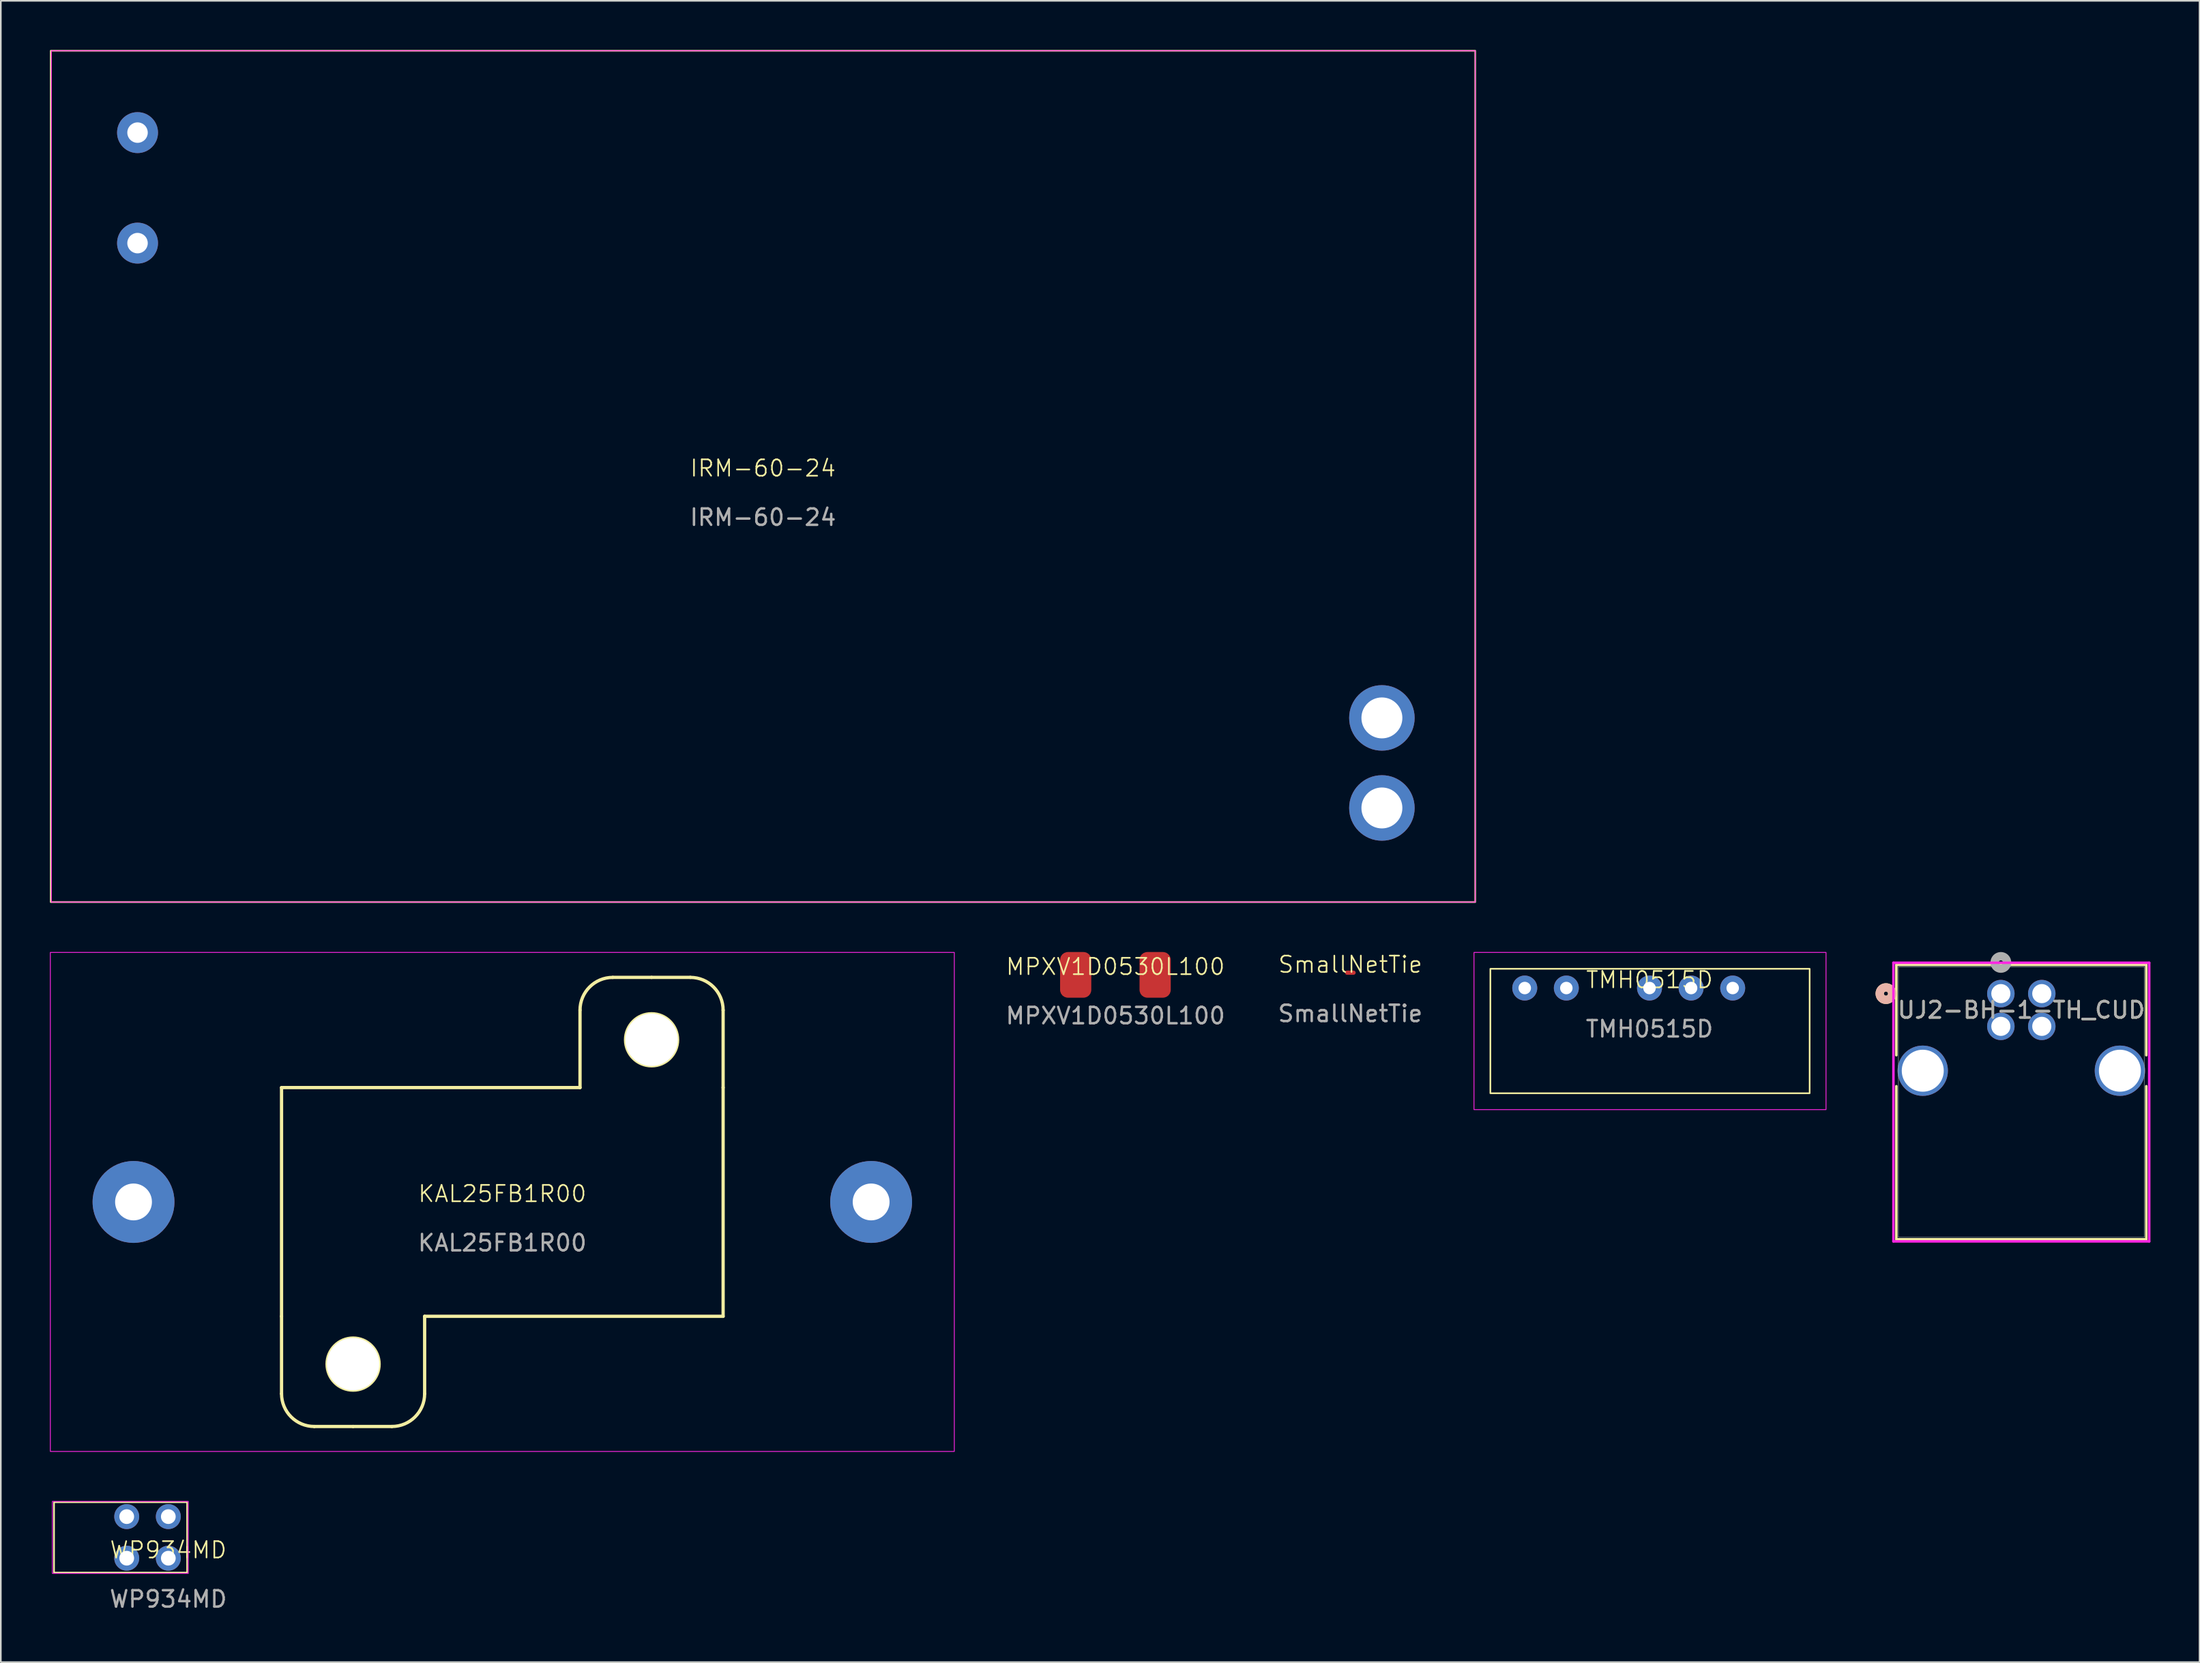
<source format=kicad_pcb>
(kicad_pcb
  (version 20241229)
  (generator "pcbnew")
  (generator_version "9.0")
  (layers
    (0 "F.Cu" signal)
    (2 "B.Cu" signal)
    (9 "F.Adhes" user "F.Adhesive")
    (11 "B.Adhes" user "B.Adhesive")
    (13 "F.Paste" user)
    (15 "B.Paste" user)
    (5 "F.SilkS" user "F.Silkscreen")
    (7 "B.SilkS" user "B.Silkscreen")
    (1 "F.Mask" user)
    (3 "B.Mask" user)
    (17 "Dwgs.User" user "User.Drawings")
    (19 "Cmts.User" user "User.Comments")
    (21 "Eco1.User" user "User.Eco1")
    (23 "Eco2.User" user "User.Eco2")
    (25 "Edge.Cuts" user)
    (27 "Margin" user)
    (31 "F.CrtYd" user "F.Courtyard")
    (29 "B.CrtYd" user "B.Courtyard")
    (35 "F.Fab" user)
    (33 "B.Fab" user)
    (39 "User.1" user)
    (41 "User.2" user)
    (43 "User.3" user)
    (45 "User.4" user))
  (footprint "MPXV1D0530L100"
    (layer "F.Cu")
    (at 65.075 56.495)
    (property "Reference" "MPXV1D0530L100" (at 0 -0.5 0) (unlocked yes) (layer "F.SilkS") (effects (font (size 1 1) (thickness 0.1))))
    (attr smd)
    (fp_text user "${REFERENCE}" (at 0 2.5 0) (unlocked yes) (layer "F.Fab") (effects (font (size 1 1) (thickness 0.15))))
    (pad "1" smd roundrect (at -2.427 0) (size 1.905 2.79) (layers "F.Cu" "F.Mask" "F.Paste") (roundrect_rratio 0.25))
    (pad "2" smd roundrect (at 2.425 0) (size 1.905 2.79) (layers "F.Cu" "F.Mask" "F.Paste") (roundrect_rratio 0.25)))
  (footprint "TMH0515D"
    (layer "F.Cu")
    (at 97.695 57.3)
    (property "Reference" "TMH0515D" (at 0 -0.5 0) (unlocked yes) (layer "F.SilkS") (effects (font (size 1 1) (thickness 0.1))))
    (attr through_hole)
    (fp_rect (start -9.72 -1.175) (end 9.78 6.425) (stroke (width 0.1) (type default)) (fill no) (layer "F.SilkS"))
    (fp_rect (start -10.72 -2.175) (end 10.78 7.425) (stroke (width 0.05) (type default)) (fill no) (layer "F.CrtYd"))
    (fp_text user "${REFERENCE}" (at 0 2.5 0) (unlocked yes) (layer "F.Fab") (effects (font (size 1 1) (thickness 0.15))))
    (pad "1" thru_hole circle (at -7.62 0) (size 1.524 1.524) (drill 0.762) (layers "*.Cu" "*.Mask"))
    (pad "2" thru_hole circle (at -5.08 0) (size 1.524 1.524) (drill 0.762) (layers "*.Cu" "*.Mask"))
    (pad "4" thru_hole circle (at 0 0) (size 1.524 1.524) (drill 0.762) (layers "*.Cu" "*.Mask"))
    (pad "5" thru_hole circle (at 2.54 0) (size 1.524 1.524) (drill 0.762) (layers "*.Cu" "*.Mask"))
    (pad "6" thru_hole circle (at 5.08 0) (size 1.524 1.524) (drill 0.762) (layers "*.Cu" "*.Mask")))
  (footprint "WP934MD"
    (layer "F.Cu")
    (at 0.25 90.855)
    (property "Reference" "WP934MD" (at 6.98 0.77 0) (unlocked yes) (layer "F.SilkS") (effects (font (size 1 1) (thickness 0.1))))
    (attr through_hole)
    (fp_rect (start 0 -2.15) (end 8.13 2.15) (stroke (width 0.1) (type default)) (fill no) (layer "F.SilkS"))
    (fp_rect (start -0.1 -2.2) (end 8.2 2.2) (stroke (width 0.05) (type default)) (fill no) (layer "F.CrtYd"))
    (fp_text user "${REFERENCE}" (at 6.98 3.77 0) (unlocked yes) (layer "F.Fab") (effects (font (size 1 1) (thickness 0.15))))
    (pad "1" thru_hole circle (at 6.98 1.27) (size 1.524 1.524) (drill 0.9) (layers "*.Cu" "*.Mask"))
    (pad "2" thru_hole circle (at 6.98 -1.27) (size 1.524 1.524) (drill 0.9) (layers "*.Cu" "*.Mask"))
    (pad "3" thru_hole circle (at 4.44 1.27) (size 1.524 1.524) (drill 0.9) (layers "*.Cu" "*.Mask"))
    (pad "4" thru_hole circle (at 4.44 -1.27) (size 1.524 1.524) (drill 0.9) (layers "*.Cu" "*.Mask")))
  (footprint "SmallNetTie"
    (layer "F.Cu")
    (at 79.421 56.361)
    (property "Reference" "SmallNetTie" (at 0 -0.5 0) (unlocked yes) (layer "F.SilkS") (effects (font (size 1 1) (thickness 0.1))))
    (attr through_hole)
    (fp_poly (pts (xy -0.2 -0.127) (xy 0.2 -0.127) (xy 0.2 0.127) (xy -0.2 0.127)) (stroke (width 0) (type solid)) (fill yes) (layer "F.Cu"))
    (fp_text user "${REFERENCE}" (at 0 2.5 0) (unlocked yes) (layer "F.Fab") (effects (font (size 1 1) (thickness 0.15))))
    (pad "1" smd circle (at -0.2 0) (size 0.254 0.254) (layers "F.Cu"))
    (pad "2" smd circle (at 0.2 0) (size 0.254 0.254) (layers "F.Cu")))
  (footprint "IRM-60-24"
    (layer "F.Cu")
    (at 43.55 26.05)
    (property "Reference" "IRM-60-24" (at 0 -0.5 0) (unlocked yes) (layer "F.SilkS") (effects (font (size 1 1) (thickness 0.1))))
    (attr through_hole)
    (fp_rect (start -43.5 -26) (end 43.5 26) (stroke (width 0.1) (type default)) (fill no) (layer "F.SilkS"))
    (fp_rect (start -43.46 -26) (end 43.5 26) (stroke (width 0.05) (type default)) (fill no) (layer "F.CrtYd"))
    (fp_text user "${REFERENCE}" (at 0 2.5 0) (unlocked yes) (layer "F.Fab") (effects (font (size 1 1) (thickness 0.15))))
    (pad "1" thru_hole circle (at -38.2 -21) (size 2.5 2.5) (drill 1.25) (layers "*.Cu" "*.Mask"))
    (pad "2" thru_hole circle (at -38.2 -14.25) (size 2.5 2.5) (drill 1.25) (layers "*.Cu" "*.Mask"))
    (pad "3" thru_hole circle (at 37.8 20.25) (size 4 4) (drill 2.5) (layers "*.Cu" "*.Mask"))
    (pad "4" thru_hole circle (at 37.8 14.75) (size 4 4) (drill 2.5) (layers "*.Cu" "*.Mask")))
  (footprint "KAL25FB1R00"
    (layer "F.Cu")
    (at 5.105 70.365)
    (property "Reference" "KAL25FB1R00" (at 22.525 -0.5 0) (unlocked yes) (layer "F.SilkS") (effects (font (size 1 1) (thickness 0.1))))
    (attr through_hole)
    (fp_line (start 9.04 -6.985) (end 9.04 6.985) (stroke (width 0.2) (type solid)) (layer "F.SilkS"))
    (fp_line (start 9.04 6.985) (end 9.04 11.715) (stroke (width 0.2) (type solid)) (layer "F.SilkS"))
    (fp_line (start 11.04 13.715) (end 13.41 13.715) (stroke (width 0.2) (type solid)) (layer "F.SilkS"))
    (fp_line (start 13.41 13.715) (end 15.78 13.715) (stroke (width 0.2) (type solid)) (layer "F.SilkS"))
    (fp_line (start 17.78 6.985) (end 36.01 6.985) (stroke (width 0.2) (type solid)) (layer "F.SilkS"))
    (fp_line (start 17.78 11.715) (end 17.78 6.985) (stroke (width 0.2) (type solid)) (layer "F.SilkS"))
    (fp_line (start 27.27 -11.715) (end 27.27 -6.985) (stroke (width 0.2) (type solid)) (layer "F.SilkS"))
    (fp_line (start 27.27 -6.985) (end 9.04 -6.985) (stroke (width 0.2) (type solid)) (layer "F.SilkS"))
    (fp_line (start 31.64 -13.715) (end 29.27 -13.715) (stroke (width 0.2) (type solid)) (layer "F.SilkS"))
    (fp_line (start 34.01 -13.715) (end 31.64 -13.715) (stroke (width 0.2) (type solid)) (layer "F.SilkS"))
    (fp_line (start 36.01 -6.985) (end 36.01 -11.715) (stroke (width 0.2) (type solid)) (layer "F.SilkS"))
    (fp_line (start 36.01 6.985) (end 36.01 -6.985) (stroke (width 0.2) (type solid)) (layer "F.SilkS"))
    (fp_arc (start 11.04 13.715) (mid 9.625786 13.129214) (end 9.04 11.715) (stroke (width 0.2) (type solid)) (layer "F.SilkS"))
    (fp_arc (start 17.78 11.715) (mid 17.194214 13.129214) (end 15.78 13.715) (stroke (width 0.2) (type solid)) (layer "F.SilkS"))
    (fp_arc (start 27.27 -11.715) (mid 27.855786 -13.129214) (end 29.27 -13.715) (stroke (width 0.2) (type solid)) (layer "F.SilkS"))
    (fp_arc (start 34.01 -13.715) (mid 35.424214 -13.129214) (end 36.01 -11.715) (stroke (width 0.2) (type solid)) (layer "F.SilkS"))
    (fp_circle (center 13.41 9.905) (end 15 9.905) (stroke (width 0.2) (type solid)) (fill no) (layer "F.SilkS"))
    (fp_circle (center 31.64 -9.905) (end 33.23 -9.905) (stroke (width 0.2) (type solid)) (fill no) (layer "F.SilkS"))
    (fp_rect (start -5.08 -15.24) (end 50.13 15.24) (stroke (width 0.05) (type default)) (fill no) (layer "F.CrtYd"))
    (fp_text user "${REFERENCE}" (at 22.525 2.5 0) (unlocked yes) (layer "F.Fab") (effects (font (size 1 1) (thickness 0.15))))
    (pad "" np_thru_hole circle (at 13.41 9.905) (size 3.2 3.2) (drill 3.2) (layers "*.Cu" "*.Mask"))
    (pad "" np_thru_hole circle (at 31.64 -9.905) (size 3.2 3.2) (drill 3.2) (layers "*.Cu" "*.Mask"))
    (pad "1" thru_hole circle (at 45.05 0) (size 5 5) (drill 2.25) (layers "*.Cu" "*.Mask"))
    (pad "2" thru_hole circle (at 0 0) (size 5 5) (drill 2.25) (layers "*.Cu" "*.Mask")))
  (footprint "UJ2-BH-1-TH_CUD"
    (layer "F.Cu")
    (at 119.153 57.64)
    (property "Reference" "UJ2-BH-1-TH_CUD" (at 1.25 1 0) (unlocked yes) (layer "F.SilkS") (effects (font (size 1 1) (thickness 0.15))))
    (attr through_hole)
    (fp_line (start -6.383 -1.757) (end -6.383 3.764) (stroke (width 0.152) (type solid)) (layer "F.SilkS"))
    (fp_line (start -6.383 5.655) (end -6.383 15.007) (stroke (width 0.152) (type solid)) (layer "F.SilkS"))
    (fp_line (start -6.383 15.007) (end 8.883 15.007) (stroke (width 0.152) (type solid)) (layer "F.SilkS"))
    (fp_line (start 8.883 -1.757) (end -6.383 -1.757) (stroke (width 0.152) (type solid)) (layer "F.SilkS"))
    (fp_line (start 8.883 3.764) (end 8.883 -1.757) (stroke (width 0.152) (type solid)) (layer "F.SilkS"))
    (fp_line (start 8.883 15.007) (end 8.883 5.655) (stroke (width 0.152) (type solid)) (layer "F.SilkS"))
    (fp_circle (center -7.018 0) (end -6.637 0) (stroke (width 0.508) (type solid)) (fill no) (layer "F.SilkS"))
    (fp_circle (center -7.018 0) (end -6.637 0) (stroke (width 0.508) (type solid)) (fill no) (layer "B.SilkS"))
    (fp_line (start -6.561 -1.884) (end -6.561 15.134) (stroke (width 0.152) (type solid)) (layer "F.CrtYd"))
    (fp_line (start -6.561 15.134) (end 9.061 15.134) (stroke (width 0.152) (type solid)) (layer "F.CrtYd"))
    (fp_line (start 9.061 -1.884) (end -6.561 -1.884) (stroke (width 0.152) (type solid)) (layer "F.CrtYd"))
    (fp_line (start 9.061 15.134) (end 9.061 -1.884) (stroke (width 0.152) (type solid)) (layer "F.CrtYd"))
    (fp_line (start -6.256 -1.63) (end -6.256 14.88) (stroke (width 0.025) (type solid)) (layer "F.Fab"))
    (fp_line (start -6.256 14.88) (end 8.756 14.88) (stroke (width 0.025) (type solid)) (layer "F.Fab"))
    (fp_line (start 8.756 -1.63) (end -6.256 -1.63) (stroke (width 0.025) (type solid)) (layer "F.Fab"))
    (fp_line (start 8.756 14.88) (end 8.756 -1.63) (stroke (width 0.025) (type solid)) (layer "F.Fab"))
    (fp_circle (center 0 -1.905) (end 0.381 -1.905) (stroke (width 0.508) (type solid)) (fill no) (layer "F.Fab"))
    (fp_text user "${REFERENCE}" (at 1.25 1 0) (unlocked yes) (layer "F.Fab") (effects (font (size 1 1) (thickness 0.15))))
    (pad "1" thru_hole circle (at 2.5 -0.000001) (size 1.676 1.676) (drill 1.168) (layers "*.Cu" "*.Mask"))
    (pad "2" thru_hole circle (at 0 -0.000001) (size 1.676 1.676) (drill 1.168) (layers "*.Cu" "*.Mask"))
    (pad "3" thru_hole circle (at 0 2) (size 1.676 1.676) (drill 1.168) (layers "*.Cu" "*.Mask"))
    (pad "4" thru_hole circle (at 2.5 2) (size 1.676 1.676) (drill 1.168) (layers "*.Cu" "*.Mask"))
    (pad "5" thru_hole circle (at -4.77 4.71 90) (size 3.073 3.073) (drill 2.565) (layers "*.Cu" "*.Mask"))
    (pad "5" thru_hole circle (at 7.27 4.71 90) (size 3.073 3.073) (drill 2.565) (layers "*.Cu" "*.Mask")))
  (gr_rect
    (start -3 -3)
    (end 131.29 98.473)
    (stroke (width 0.1) (type default))
    (fill no)
    (layer "Edge.Cuts")))
</source>
